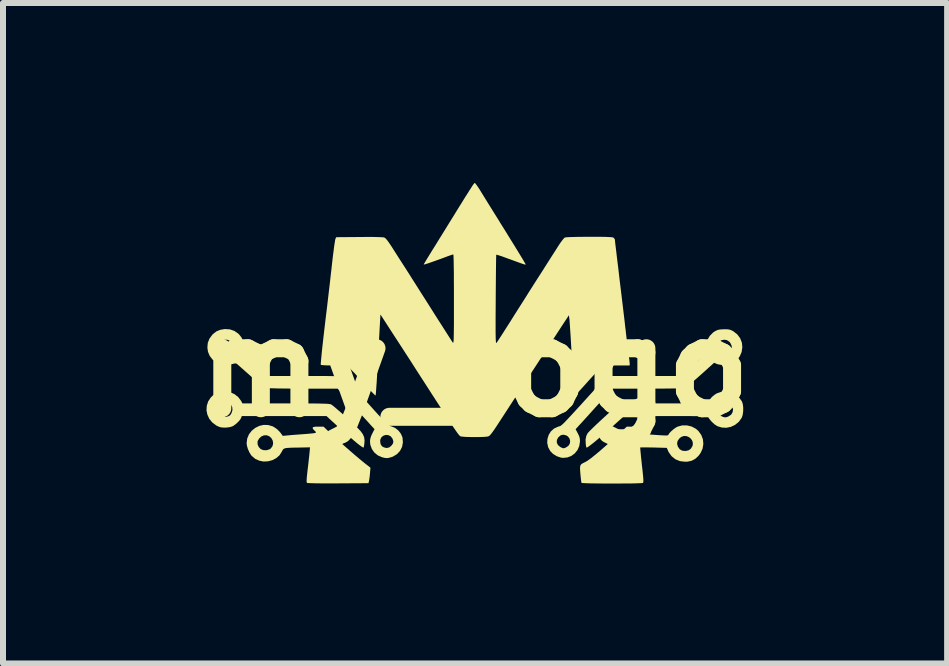
<source format=kicad_pcb>
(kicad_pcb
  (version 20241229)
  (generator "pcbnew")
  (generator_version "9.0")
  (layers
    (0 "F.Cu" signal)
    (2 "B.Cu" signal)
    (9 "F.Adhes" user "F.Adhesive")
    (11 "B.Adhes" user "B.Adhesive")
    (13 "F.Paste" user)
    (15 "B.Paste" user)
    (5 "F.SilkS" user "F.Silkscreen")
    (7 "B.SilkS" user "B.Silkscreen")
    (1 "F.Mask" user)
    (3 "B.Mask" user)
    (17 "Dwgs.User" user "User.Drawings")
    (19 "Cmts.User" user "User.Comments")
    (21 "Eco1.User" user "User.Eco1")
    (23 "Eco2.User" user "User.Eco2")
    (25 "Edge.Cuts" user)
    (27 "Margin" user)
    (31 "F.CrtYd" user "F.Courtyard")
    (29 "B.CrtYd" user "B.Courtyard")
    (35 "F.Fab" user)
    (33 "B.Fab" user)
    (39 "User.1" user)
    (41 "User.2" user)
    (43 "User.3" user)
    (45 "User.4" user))
  (footprint "my_logo"
    (layer "F.Cu")
    (at 4.871 3.079)
    (property "Reference" "my_logo" (at 0 0 0) (layer "F.SilkS") (effects (font (size 1.5 1.5) (thickness 0.3))))
    (attr board_only exclude_from_pos_files exclude_from_bom)
    (fp_poly (pts (xy 4.269 0.413) (xy 4.341 0.447) (xy 4.403 0.499) (xy 4.451 0.566) (xy 4.465 0.61) (xy 4.472 0.667) (xy 4.471 0.73) (xy 4.463 0.789) (xy 4.447 0.837) (xy 4.445 0.84) (xy 4.399 0.904) (xy 4.338 0.954) (xy 4.268 0.988) (xy 4.191 1.004) (xy 4.114 1) (xy 4.04 0.977) (xy 4.035 0.974) (xy 3.994 0.947) (xy 3.951 0.908) (xy 3.913 0.864) (xy 3.892 0.833) (xy 3.889 0.828) (xy 3.884 0.824) (xy 3.877 0.82) (xy 3.864 0.817) (xy 3.845 0.815) (xy 3.817 0.813) (xy 3.778 0.811) (xy 3.728 0.81) (xy 3.663 0.81) (xy 3.583 0.809) (xy 3.485 0.809) (xy 3.368 0.809) (xy 3.23 0.809) (xy 3.182 0.809) (xy 2.485 0.809) (xy 2.248 1.021) (xy 2.163 1.095) (xy 2.086 1.162) (xy 2.017 1.22) (xy 1.958 1.268) (xy 1.911 1.304) (xy 1.878 1.327) (xy 1.86 1.336) (xy 1.859 1.336) (xy 1.855 1.326) (xy 1.849 1.299) (xy 1.846 1.273) (xy 1.843 1.199) (xy 1.856 1.138) (xy 1.879 1.093) (xy 1.894 1.076) (xy 1.923 1.046) (xy 1.964 1.006) (xy 2.014 0.958) (xy 2.07 0.905) (xy 2.13 0.85) (xy 2.19 0.795) (xy 2.247 0.743) (xy 2.3 0.696) (xy 2.309 0.688) (xy 4.048 0.688) (xy 4.049 0.732) (xy 4.066 0.772) (xy 4.099 0.805) (xy 4.117 0.815) (xy 4.153 0.828) (xy 4.18 0.83) (xy 4.212 0.821) (xy 4.224 0.816) (xy 4.27 0.786) (xy 4.295 0.744) (xy 4.302 0.699) (xy 4.291 0.652) (xy 4.262 0.611) (xy 4.221 0.584) (xy 4.175 0.574) (xy 4.126 0.584) (xy 4.087 0.609) (xy 4.061 0.645) (xy 4.048 0.688) (xy 2.309 0.688) (xy 2.344 0.658) (xy 2.376 0.631) (xy 2.418 0.598) (xy 3.153 0.598) (xy 3.889 0.598) (xy 3.896 0.571) (xy 3.915 0.532) (xy 3.95 0.49) (xy 3.996 0.452) (xy 4.034 0.429) (xy 4.112 0.403) (xy 4.191 0.398)) (stroke (width 0) (type solid)) (fill yes) (layer "F.SilkS"))
    (fp_poly (pts (xy -4.081 0.412) (xy -4.011 0.443) (xy -3.95 0.491) (xy -3.902 0.554) (xy -3.897 0.563) (xy -3.879 0.598) (xy -3.156 0.598) (xy -3.004 0.598) (xy -2.874 0.598) (xy -2.764 0.599) (xy -2.672 0.599) (xy -2.597 0.6) (xy -2.537 0.602) (xy -2.49 0.603) (xy -2.455 0.605) (xy -2.43 0.608) (xy -2.412 0.611) (xy -2.401 0.614) (xy -2.399 0.615) (xy -2.379 0.629) (xy -2.345 0.656) (xy -2.3 0.695) (xy -2.246 0.741) (xy -2.188 0.793) (xy -2.127 0.848) (xy -2.066 0.904) (xy -2.01 0.957) (xy -1.96 1.005) (xy -1.957 1.008) (xy -1.904 1.065) (xy -1.869 1.114) (xy -1.849 1.163) (xy -1.842 1.215) (xy -1.846 1.271) (xy -1.851 1.307) (xy -1.858 1.33) (xy -1.862 1.336) (xy -1.874 1.329) (xy -1.9 1.312) (xy -1.933 1.288) (xy -1.934 1.287) (xy -1.972 1.257) (xy -2.023 1.214) (xy -2.084 1.161) (xy -2.153 1.102) (xy -2.225 1.038) (xy -2.297 0.974) (xy -2.365 0.911) (xy -2.378 0.9) (xy -2.476 0.809) (xy -3.183 0.809) (xy -3.89 0.809) (xy -3.898 0.834) (xy -3.915 0.866) (xy -3.947 0.903) (xy -3.986 0.94) (xy -4.026 0.969) (xy -4.037 0.976) (xy -4.082 0.992) (xy -4.137 1) (xy -4.167 1.001) (xy -4.216 1) (xy -4.253 0.993) (xy -4.288 0.979) (xy -4.314 0.966) (xy -4.381 0.916) (xy -4.431 0.855) (xy -4.463 0.785) (xy -4.478 0.712) (xy -4.477 0.702) (xy -4.303 0.702) (xy -4.296 0.744) (xy -4.274 0.78) (xy -4.24 0.808) (xy -4.197 0.823) (xy -4.148 0.823) (xy -4.1 0.807) (xy -4.08 0.789) (xy -4.062 0.762) (xy -4.045 0.71) (xy -4.048 0.663) (xy -4.067 0.623) (xy -4.099 0.593) (xy -4.138 0.575) (xy -4.183 0.573) (xy -4.229 0.589) (xy -4.262 0.614) (xy -4.293 0.658) (xy -4.303 0.702) (xy -4.477 0.702) (xy -4.473 0.637) (xy -4.45 0.565) (xy -4.407 0.5) (xy -4.374 0.467) (xy -4.307 0.425) (xy -4.234 0.402) (xy -4.157 0.398)) (stroke (width 0) (type solid)) (fill yes) (layer "F.SilkS"))
    (fp_poly (pts (xy -3.449 0.958) (xy -3.375 0.98) (xy -3.352 0.992) (xy -3.298 1.03) (xy -3.252 1.077) (xy -3.247 1.083) (xy -3.206 1.139) (xy -3.141 1.133) (xy -3.107 1.13) (xy -3.055 1.125) (xy -2.992 1.12) (xy -2.922 1.115) (xy -2.883 1.112) (xy -2.817 1.107) (xy -2.757 1.102) (xy -2.709 1.097) (xy -2.677 1.093) (xy -2.667 1.09) (xy -2.653 1.084) (xy -2.654 1.074) (xy -2.671 1.057) (xy -2.676 1.052) (xy -2.702 1.024) (xy -2.709 1.005) (xy -2.697 0.992) (xy -2.663 0.986) (xy -2.617 0.985) (xy -2.526 0.985) (xy -2.432 1.076) (xy -2.381 1.124) (xy -2.317 1.182) (xy -2.244 1.248) (xy -2.166 1.317) (xy -2.087 1.386) (xy -2.01 1.453) (xy -1.94 1.512) (xy -1.88 1.562) (xy -1.842 1.593) (xy -1.744 1.67) (xy -1.752 1.767) (xy -1.757 1.817) (xy -1.763 1.861) (xy -1.768 1.892) (xy -1.769 1.896) (xy -1.777 1.928) (xy -2.281 1.931) (xy -2.387 1.931) (xy -2.487 1.931) (xy -2.577 1.931) (xy -2.656 1.93) (xy -2.72 1.928) (xy -2.766 1.927) (xy -2.794 1.925) (xy -2.8 1.924) (xy -2.805 1.917) (xy -2.808 1.902) (xy -2.808 1.877) (xy -2.806 1.838) (xy -2.8 1.782) (xy -2.792 1.707) (xy -2.79 1.692) (xy -2.781 1.617) (xy -2.773 1.545) (xy -2.766 1.481) (xy -2.761 1.43) (xy -2.758 1.401) (xy -2.752 1.33) (xy -2.938 1.334) (xy -3.021 1.335) (xy -3.084 1.337) (xy -3.13 1.34) (xy -3.163 1.345) (xy -3.184 1.352) (xy -3.198 1.362) (xy -3.209 1.376) (xy -3.218 1.395) (xy -3.218 1.395) (xy -3.258 1.46) (xy -3.313 1.509) (xy -3.379 1.544) (xy -3.451 1.563) (xy -3.525 1.567) (xy -3.597 1.553) (xy -3.664 1.523) (xy -3.721 1.475) (xy -3.734 1.46) (xy -3.763 1.413) (xy -3.788 1.357) (xy -3.804 1.301) (xy -3.809 1.261) (xy -3.805 1.232) (xy -3.626 1.232) (xy -3.626 1.279) (xy -3.607 1.324) (xy -3.574 1.359) (xy -3.571 1.361) (xy -3.524 1.378) (xy -3.473 1.378) (xy -3.426 1.363) (xy -3.404 1.347) (xy -3.376 1.307) (xy -3.366 1.262) (xy -3.374 1.217) (xy -3.396 1.177) (xy -3.43 1.146) (xy -3.473 1.129) (xy -3.519 1.13) (xy -3.562 1.148) (xy -3.599 1.182) (xy -3.624 1.224) (xy -3.626 1.232) (xy -3.805 1.232) (xy -3.799 1.183) (xy -3.769 1.112) (xy -3.723 1.053) (xy -3.665 1.006) (xy -3.598 0.973) (xy -3.525 0.956)) (stroke (width 0) (type solid)) (fill yes) (layer "F.SilkS"))
    (fp_poly (pts (xy 3.534 0.964) (xy 3.612 0.983) (xy 3.683 1.021) (xy 3.724 1.057) (xy 3.772 1.123) (xy 3.8 1.197) (xy 3.807 1.275) (xy 3.794 1.352) (xy 3.76 1.426) (xy 3.724 1.474) (xy 3.669 1.524) (xy 3.611 1.554) (xy 3.543 1.569) (xy 3.502 1.57) (xy 3.416 1.56) (xy 3.341 1.529) (xy 3.278 1.479) (xy 3.229 1.41) (xy 3.218 1.386) (xy 3.197 1.339) (xy 2.979 1.333) (xy 2.91 1.332) (xy 2.849 1.331) (xy 2.801 1.331) (xy 2.768 1.331) (xy 2.755 1.332) (xy 2.755 1.332) (xy 2.755 1.345) (xy 2.757 1.377) (xy 2.762 1.427) (xy 2.768 1.49) (xy 2.776 1.563) (xy 2.782 1.625) (xy 2.793 1.717) (xy 2.8 1.789) (xy 2.805 1.842) (xy 2.807 1.88) (xy 2.806 1.904) (xy 2.804 1.918) (xy 2.799 1.924) (xy 2.784 1.926) (xy 2.749 1.928) (xy 2.696 1.93) (xy 2.629 1.932) (xy 2.55 1.933) (xy 2.464 1.933) (xy 2.371 1.934) (xy 2.276 1.934) (xy 2.182 1.934) (xy 2.09 1.933) (xy 2.005 1.932) (xy 1.929 1.931) (xy 1.866 1.929) (xy 1.817 1.927) (xy 1.786 1.925) (xy 1.776 1.923) (xy 1.772 1.907) (xy 1.767 1.873) (xy 1.762 1.826) (xy 1.757 1.775) (xy 1.752 1.712) (xy 1.751 1.668) (xy 1.755 1.638) (xy 1.766 1.617) (xy 1.787 1.601) (xy 1.819 1.584) (xy 1.835 1.577) (xy 1.876 1.553) (xy 1.933 1.512) (xy 2.006 1.454) (xy 2.095 1.379) (xy 2.2 1.287) (xy 2.22 1.27) (xy 3.369 1.27) (xy 3.382 1.318) (xy 3.413 1.362) (xy 3.455 1.386) (xy 3.509 1.391) (xy 3.516 1.39) (xy 3.558 1.381) (xy 3.59 1.36) (xy 3.601 1.349) (xy 3.627 1.306) (xy 3.633 1.263) (xy 3.623 1.222) (xy 3.6 1.187) (xy 3.566 1.159) (xy 3.526 1.143) (xy 3.483 1.141) (xy 3.439 1.156) (xy 3.408 1.181) (xy 3.377 1.225) (xy 3.369 1.27) (xy 2.22 1.27) (xy 2.256 1.237) (xy 2.298 1.2) (xy 2.332 1.169) (xy 2.357 1.146) (xy 2.368 1.136) (xy 2.368 1.136) (xy 2.378 1.126) (xy 2.402 1.104) (xy 2.435 1.074) (xy 2.452 1.057) (xy 2.531 0.985) (xy 2.619 0.985) (xy 2.664 0.985) (xy 2.691 0.988) (xy 2.704 0.993) (xy 2.707 1.004) (xy 2.708 1.008) (xy 2.697 1.032) (xy 2.678 1.045) (xy 2.654 1.062) (xy 2.652 1.079) (xy 2.673 1.092) (xy 2.683 1.094) (xy 2.705 1.097) (xy 2.746 1.101) (xy 2.802 1.106) (xy 2.87 1.112) (xy 2.945 1.118) (xy 2.967 1.12) (xy 3.053 1.126) (xy 3.117 1.13) (xy 3.164 1.132) (xy 3.195 1.132) (xy 3.213 1.13) (xy 3.221 1.126) (xy 3.222 1.124) (xy 3.239 1.096) (xy 3.27 1.063) (xy 3.309 1.029) (xy 3.35 1) (xy 3.378 0.985) (xy 3.455 0.964)) (stroke (width 0) (type solid)) (fill yes) (layer "F.SilkS"))
    (fp_poly (pts (xy 4.206 -0.638) (xy 4.243 -0.633) (xy 4.272 -0.623) (xy 4.304 -0.607) (xy 4.372 -0.554) (xy 4.421 -0.489) (xy 4.45 -0.414) (xy 4.457 -0.34) (xy 4.445 -0.258) (xy 4.412 -0.183) (xy 4.36 -0.12) (xy 4.29 -0.07) (xy 4.285 -0.067) (xy 4.235 -0.051) (xy 4.174 -0.043) (xy 4.109 -0.044) (xy 4.051 -0.054) (xy 4.03 -0.061) (xy 3.987 -0.08) (xy 3.9 -0.002) (xy 3.806 0.083) (xy 3.728 0.152) (xy 3.663 0.209) (xy 3.61 0.254) (xy 3.568 0.288) (xy 3.535 0.312) (xy 3.51 0.329) (xy 3.49 0.339) (xy 3.473 0.344) (xy 3.473 0.344) (xy 3.452 0.346) (xy 3.411 0.347) (xy 3.351 0.348) (xy 3.275 0.349) (xy 3.186 0.35) (xy 3.086 0.351) (xy 2.977 0.351) (xy 2.863 0.352) (xy 2.861 0.352) (xy 2.294 0.352) (xy 2.204 0.448) (xy 2.167 0.489) (xy 2.118 0.542) (xy 2.063 0.603) (xy 2.005 0.666) (xy 1.956 0.721) (xy 1.903 0.78) (xy 1.851 0.837) (xy 1.803 0.89) (xy 1.764 0.933) (xy 1.737 0.962) (xy 1.677 1.028) (xy 1.713 1.096) (xy 1.736 1.143) (xy 1.747 1.184) (xy 1.75 1.231) (xy 1.75 1.231) (xy 1.738 1.307) (xy 1.709 1.375) (xy 1.663 1.431) (xy 1.605 1.474) (xy 1.539 1.499) (xy 1.466 1.506) (xy 1.43 1.501) (xy 1.363 1.478) (xy 1.302 1.441) (xy 1.255 1.394) (xy 1.255 1.394) (xy 1.219 1.327) (xy 1.204 1.257) (xy 1.204 1.25) (xy 1.363 1.25) (xy 1.382 1.291) (xy 1.419 1.323) (xy 1.436 1.332) (xy 1.461 1.343) (xy 1.476 1.346) (xy 1.493 1.342) (xy 1.519 1.331) (xy 1.558 1.304) (xy 1.581 1.266) (xy 1.586 1.224) (xy 1.575 1.182) (xy 1.547 1.147) (xy 1.518 1.13) (xy 1.47 1.119) (xy 1.427 1.13) (xy 1.389 1.163) (xy 1.388 1.164) (xy 1.365 1.207) (xy 1.363 1.25) (xy 1.204 1.25) (xy 1.208 1.187) (xy 1.229 1.121) (xy 1.266 1.062) (xy 1.319 1.016) (xy 1.385 0.986) (xy 1.388 0.985) (xy 1.401 0.981) (xy 1.412 0.978) (xy 1.424 0.973) (xy 1.436 0.965) (xy 1.452 0.952) (xy 1.472 0.934) (xy 1.498 0.908) (xy 1.532 0.872) (xy 1.575 0.826) (xy 1.629 0.768) (xy 1.695 0.696) (xy 1.775 0.609) (xy 1.801 0.58) (xy 1.851 0.525) (xy 1.899 0.472) (xy 1.941 0.426) (xy 1.973 0.39) (xy 1.991 0.369) (xy 2.017 0.34) (xy 2.053 0.3) (xy 2.093 0.256) (xy 2.117 0.231) (xy 2.203 0.141) (xy 2.811 0.141) (xy 3.42 0.141) (xy 3.638 -0.05) (xy 3.857 -0.24) (xy 3.85 -0.3) (xy 3.85 -0.341) (xy 4.025 -0.341) (xy 4.032 -0.296) (xy 4.055 -0.258) (xy 4.09 -0.229) (xy 4.134 -0.214) (xy 4.182 -0.215) (xy 4.227 -0.234) (xy 4.264 -0.268) (xy 4.282 -0.312) (xy 4.28 -0.36) (xy 4.258 -0.409) (xy 4.24 -0.431) (xy 4.201 -0.457) (xy 4.155 -0.465) (xy 4.109 -0.456) (xy 4.067 -0.43) (xy 4.038 -0.39) (xy 4.025 -0.341) (xy 3.85 -0.341) (xy 3.851 -0.381) (xy 3.873 -0.459) (xy 3.914 -0.528) (xy 3.971 -0.586) (xy 4.014 -0.613) (xy 4.047 -0.627) (xy 4.085 -0.635) (xy 4.136 -0.638) (xy 4.155 -0.639)) (stroke (width 0) (type solid)) (fill yes) (layer "F.SilkS"))
    (fp_poly (pts (xy -4.088 -0.637) (xy -4.013 -0.611) (xy -3.947 -0.565) (xy -3.931 -0.548) (xy -3.893 -0.5) (xy -3.87 -0.452) (xy -3.859 -0.396) (xy -3.858 -0.33) (xy -3.86 -0.24) (xy -3.737 -0.135) (xy -3.681 -0.086) (xy -3.62 -0.033) (xy -3.562 0.017) (xy -3.518 0.056) (xy -3.422 0.141) (xy -2.822 0.141) (xy -2.687 0.141) (xy -2.573 0.141) (xy -2.48 0.141) (xy -2.403 0.142) (xy -2.342 0.143) (xy -2.295 0.144) (xy -2.259 0.146) (xy -2.233 0.149) (xy -2.214 0.152) (xy -2.201 0.155) (xy -2.192 0.16) (xy -2.189 0.161) (xy -2.174 0.175) (xy -2.145 0.204) (xy -2.105 0.246) (xy -2.056 0.298) (xy -2 0.358) (xy -1.94 0.424) (xy -1.921 0.445) (xy -1.823 0.554) (xy -1.739 0.647) (xy -1.669 0.725) (xy -1.61 0.79) (xy -1.561 0.842) (xy -1.521 0.883) (xy -1.489 0.916) (xy -1.462 0.94) (xy -1.441 0.957) (xy -1.424 0.969) (xy -1.408 0.977) (xy -1.393 0.982) (xy -1.386 0.984) (xy -1.329 1.009) (xy -1.277 1.051) (xy -1.236 1.104) (xy -1.211 1.162) (xy -1.209 1.168) (xy -1.203 1.248) (xy -1.217 1.324) (xy -1.251 1.39) (xy -1.302 1.444) (xy -1.368 1.484) (xy -1.397 1.494) (xy -1.439 1.506) (xy -1.47 1.51) (xy -1.501 1.507) (xy -1.541 1.498) (xy -1.551 1.495) (xy -1.62 1.465) (xy -1.678 1.418) (xy -1.721 1.357) (xy -1.746 1.287) (xy -1.751 1.236) (xy -1.751 1.227) (xy -1.582 1.227) (xy -1.575 1.277) (xy -1.552 1.312) (xy -1.52 1.331) (xy -1.473 1.342) (xy -1.43 1.331) (xy -1.392 1.3) (xy -1.367 1.264) (xy -1.362 1.229) (xy -1.376 1.187) (xy -1.378 1.182) (xy -1.407 1.146) (xy -1.445 1.127) (xy -1.487 1.123) (xy -1.526 1.135) (xy -1.559 1.16) (xy -1.579 1.198) (xy -1.582 1.227) (xy -1.751 1.227) (xy -1.747 1.189) (xy -1.733 1.142) (xy -1.714 1.101) (xy -1.676 1.027) (xy -1.709 0.991) (xy -1.729 0.97) (xy -1.76 0.935) (xy -1.8 0.891) (xy -1.845 0.842) (xy -1.865 0.82) (xy -1.915 0.765) (xy -1.976 0.698) (xy -2.04 0.627) (xy -2.103 0.557) (xy -2.138 0.519) (xy -2.29 0.352) (xy -2.806 0.352) (xy -2.918 0.351) (xy -3.026 0.351) (xy -3.127 0.35) (xy -3.219 0.349) (xy -3.297 0.348) (xy -3.36 0.346) (xy -3.404 0.345) (xy -3.419 0.344) (xy -3.442 0.343) (xy -3.461 0.342) (xy -3.478 0.34) (xy -3.494 0.336) (xy -3.512 0.328) (xy -3.533 0.316) (xy -3.559 0.297) (xy -3.591 0.272) (xy -3.632 0.238) (xy -3.682 0.194) (xy -3.744 0.139) (xy -3.82 0.072) (xy -3.91 -0.008) (xy -3.959 -0.051) (xy -3.974 -0.063) (xy -3.988 -0.069) (xy -4.009 -0.068) (xy -4.042 -0.06) (xy -4.066 -0.054) (xy -4.143 -0.04) (xy -4.212 -0.044) (xy -4.278 -0.066) (xy -4.312 -0.084) (xy -4.377 -0.133) (xy -4.424 -0.194) (xy -4.453 -0.263) (xy -4.461 -0.319) (xy -4.286 -0.319) (xy -4.267 -0.27) (xy -4.234 -0.234) (xy -4.189 -0.214) (xy -4.139 -0.213) (xy -4.091 -0.231) (xy -4.054 -0.264) (xy -4.036 -0.306) (xy -4.033 -0.352) (xy -4.046 -0.396) (xy -4.074 -0.434) (xy -4.114 -0.459) (xy -4.134 -0.464) (xy -4.185 -0.463) (xy -4.231 -0.444) (xy -4.265 -0.409) (xy -4.285 -0.365) (xy -4.286 -0.319) (xy -4.461 -0.319) (xy -4.463 -0.337) (xy -4.456 -0.412) (xy -4.428 -0.483) (xy -4.381 -0.547) (xy -4.37 -0.558) (xy -4.313 -0.603) (xy -4.25 -0.629) (xy -4.174 -0.642) (xy -4.172 -0.642)) (stroke (width 0) (type solid)) (fill yes) (layer "F.SilkS"))
    (fp_poly (pts (xy 0.004 -3.071) (xy 0.024 -3.046) (xy 0.05 -3.009) (xy 0.081 -2.962) (xy 0.087 -2.951) (xy 0.112 -2.911) (xy 0.147 -2.854) (xy 0.191 -2.783) (xy 0.241 -2.702) (xy 0.296 -2.614) (xy 0.354 -2.521) (xy 0.412 -2.428) (xy 0.416 -2.42) (xy 0.509 -2.272) (xy 0.589 -2.142) (xy 0.658 -2.031) (xy 0.715 -1.938) (xy 0.761 -1.862) (xy 0.797 -1.803) (xy 0.822 -1.76) (xy 0.838 -1.733) (xy 0.844 -1.72) (xy 0.844 -1.72) (xy 0.842 -1.717) (xy 0.833 -1.718) (xy 0.816 -1.722) (xy 0.788 -1.731) (xy 0.746 -1.746) (xy 0.688 -1.767) (xy 0.612 -1.795) (xy 0.57 -1.81) (xy 0.504 -1.834) (xy 0.447 -1.855) (xy 0.4 -1.87) (xy 0.368 -1.88) (xy 0.355 -1.882) (xy 0.355 -1.882) (xy 0.353 -1.87) (xy 0.352 -1.836) (xy 0.351 -1.783) (xy 0.35 -1.712) (xy 0.349 -1.625) (xy 0.348 -1.526) (xy 0.347 -1.414) (xy 0.346 -1.294) (xy 0.345 -1.166) (xy 0.345 -1.135) (xy 0.344 -0.983) (xy 0.343 -0.853) (xy 0.343 -0.744) (xy 0.343 -0.653) (xy 0.343 -0.579) (xy 0.344 -0.521) (xy 0.345 -0.477) (xy 0.347 -0.445) (xy 0.349 -0.425) (xy 0.351 -0.413) (xy 0.354 -0.41) (xy 0.357 -0.411) (xy 0.363 -0.418) (xy 0.374 -0.434) (xy 0.39 -0.459) (xy 0.413 -0.494) (xy 0.443 -0.54) (xy 0.481 -0.599) (xy 0.527 -0.672) (xy 0.583 -0.759) (xy 0.648 -0.863) (xy 0.724 -0.983) (xy 0.812 -1.121) (xy 0.87 -1.213) (xy 0.897 -1.257) (xy 0.935 -1.316) (xy 0.98 -1.387) (xy 1.031 -1.467) (xy 1.085 -1.551) (xy 1.139 -1.635) (xy 1.15 -1.653) (xy 1.202 -1.735) (xy 1.253 -1.815) (xy 1.301 -1.89) (xy 1.344 -1.957) (xy 1.379 -2.012) (xy 1.404 -2.051) (xy 1.409 -2.059) (xy 1.439 -2.102) (xy 1.467 -2.138) (xy 1.489 -2.162) (xy 1.498 -2.168) (xy 1.518 -2.172) (xy 1.561 -2.175) (xy 1.626 -2.177) (xy 1.711 -2.179) (xy 1.815 -2.18) (xy 1.91 -2.18) (xy 2.017 -2.18) (xy 2.103 -2.18) (xy 2.17 -2.179) (xy 2.221 -2.177) (xy 2.259 -2.175) (xy 2.284 -2.173) (xy 2.301 -2.169) (xy 2.311 -2.164) (xy 2.314 -2.162) (xy 2.329 -2.141) (xy 2.333 -2.13) (xy 2.333 -2.125) (xy 2.333 -2.118) (xy 2.334 -2.107) (xy 2.336 -2.09) (xy 2.339 -2.064) (xy 2.343 -2.029) (xy 2.349 -1.982) (xy 2.356 -1.922) (xy 2.365 -1.846) (xy 2.376 -1.754) (xy 2.39 -1.643) (xy 2.405 -1.511) (xy 2.414 -1.436) (xy 2.429 -1.316) (xy 2.445 -1.182) (xy 2.462 -1.04) (xy 2.479 -0.898) (xy 2.495 -0.764) (xy 2.508 -0.646) (xy 2.509 -0.645) (xy 2.52 -0.547) (xy 2.531 -0.454) (xy 2.542 -0.368) (xy 2.551 -0.293) (xy 2.559 -0.232) (xy 2.564 -0.189) (xy 2.567 -0.174) (xy 2.573 -0.128) (xy 2.577 -0.089) (xy 2.579 -0.065) (xy 2.579 -0.035) (xy 2.351 -0.035) (xy 2.123 -0.035) (xy 1.979 0.125) (xy 1.895 0.218) (xy 1.826 0.295) (xy 1.771 0.356) (xy 1.728 0.402) (xy 1.697 0.435) (xy 1.676 0.456) (xy 1.666 0.466) (xy 1.664 0.466) (xy 1.661 0.465) (xy 1.658 0.457) (xy 1.655 0.441) (xy 1.652 0.416) (xy 1.648 0.379) (xy 1.644 0.329) (xy 1.64 0.264) (xy 1.634 0.183) (xy 1.628 0.084) (xy 1.622 -0.035) (xy 1.614 -0.175) (xy 1.611 -0.217) (xy 1.605 -0.329) (xy 1.599 -0.436) (xy 1.593 -0.535) (xy 1.587 -0.623) (xy 1.582 -0.698) (xy 1.578 -0.757) (xy 1.575 -0.797) (xy 1.573 -0.814) (xy 1.565 -0.872) (xy 1.431 -0.668) (xy 1.257 -0.401) (xy 1.088 -0.142) (xy 0.926 0.106) (xy 0.773 0.341) (xy 0.629 0.562) (xy 0.496 0.767) (xy 0.401 0.913) (xy 0.352 0.988) (xy 0.313 1.045) (xy 0.283 1.087) (xy 0.26 1.116) (xy 0.242 1.135) (xy 0.226 1.145) (xy 0.22 1.148) (xy 0.195 1.152) (xy 0.151 1.156) (xy 0.095 1.158) (xy 0.03 1.159) (xy -0.037 1.159) (xy -0.102 1.158) (xy -0.161 1.156) (xy -0.207 1.152) (xy -0.238 1.148) (xy -0.244 1.146) (xy -0.252 1.14) (xy -0.264 1.128) (xy -0.28 1.109) (xy -0.3 1.082) (xy -0.326 1.045) (xy -0.359 0.997) (xy -0.399 0.937) (xy -0.447 0.863) (xy -0.505 0.775) (xy -0.573 0.669) (xy -0.652 0.547) (xy -0.714 0.451) (xy -0.775 0.356) (xy -0.846 0.246) (xy -0.923 0.127) (xy -1.002 0.004) (xy -1.08 -0.118) (xy -1.154 -0.232) (xy -1.201 -0.305) (xy -1.26 -0.396) (xy -1.318 -0.485) (xy -1.372 -0.568) (xy -1.42 -0.642) (xy -1.461 -0.706) (xy -1.494 -0.757) (xy -1.516 -0.791) (xy -1.52 -0.797) (xy -1.577 -0.885) (xy -1.585 -0.756) (xy -1.587 -0.711) (xy -1.591 -0.646) (xy -1.595 -0.567) (xy -1.6 -0.478) (xy -1.605 -0.382) (xy -1.61 -0.284) (xy -1.611 -0.264) (xy -1.617 -0.154) (xy -1.623 -0.045) (xy -1.629 0.059) (xy -1.635 0.157) (xy -1.64 0.246) (xy -1.646 0.323) (xy -1.65 0.386) (xy -1.654 0.433) (xy -1.657 0.46) (xy -1.659 0.466) (xy -1.668 0.46) (xy -1.691 0.438) (xy -1.727 0.401) (xy -1.773 0.351) (xy -1.83 0.291) (xy -1.893 0.221) (xy -1.962 0.145) (xy -2.01 0.092) (xy -2.055 0.046) (xy -2.092 0.008) (xy -2.121 -0.017) (xy -2.137 -0.028) (xy -2.137 -0.028) (xy -2.157 -0.03) (xy -2.196 -0.032) (xy -2.249 -0.034) (xy -2.313 -0.035) (xy -2.364 -0.035) (xy -2.43 -0.036) (xy -2.488 -0.037) (xy -2.534 -0.04) (xy -2.563 -0.043) (xy -2.572 -0.046) (xy -2.573 -0.06) (xy -2.57 -0.096) (xy -2.565 -0.151) (xy -2.558 -0.225) (xy -2.549 -0.315) (xy -2.537 -0.42) (xy -2.524 -0.537) (xy -2.509 -0.665) (xy -2.493 -0.803) (xy -2.475 -0.949) (xy -2.467 -1.014) (xy -2.459 -1.083) (xy -2.449 -1.17) (xy -2.437 -1.272) (xy -2.424 -1.382) (xy -2.411 -1.497) (xy -2.398 -1.611) (xy -2.39 -1.682) (xy -2.379 -1.781) (xy -2.368 -1.874) (xy -2.357 -1.958) (xy -2.348 -2.03) (xy -2.339 -2.087) (xy -2.333 -2.126) (xy -2.328 -2.145) (xy -2.328 -2.145) (xy -2.315 -2.174) (xy -1.928 -2.177) (xy -1.804 -2.178) (xy -1.702 -2.178) (xy -1.622 -2.176) (xy -1.564 -2.174) (xy -1.526 -2.171) (xy -1.51 -2.167) (xy -1.492 -2.154) (xy -1.467 -2.126) (xy -1.434 -2.081) (xy -1.392 -2.018) (xy -1.358 -1.965) (xy -1.313 -1.894) (xy -1.265 -1.819) (xy -1.218 -1.746) (xy -1.177 -1.682) (xy -1.154 -1.647) (xy -1.132 -1.612) (xy -1.098 -1.559) (xy -1.056 -1.492) (xy -1.005 -1.412) (xy -0.948 -1.322) (xy -0.886 -1.224) (xy -0.82 -1.121) (xy -0.753 -1.015) (xy -0.732 -0.982) (xy -0.668 -0.88) (xy -0.606 -0.783) (xy -0.549 -0.694) (xy -0.498 -0.614) (xy -0.454 -0.545) (xy -0.418 -0.489) (xy -0.392 -0.448) (xy -0.376 -0.424) (xy -0.373 -0.419) (xy -0.369 -0.415) (xy -0.365 -0.414) (xy -0.362 -0.418) (xy -0.36 -0.429) (xy -0.357 -0.449) (xy -0.356 -0.478) (xy -0.355 -0.52) (xy -0.354 -0.575) (xy -0.353 -0.644) (xy -0.352 -0.73) (xy -0.352 -0.835) (xy -0.352 -0.959) (xy -0.352 -1.105) (xy -0.352 -1.14) (xy -0.352 -1.308) (xy -0.353 -1.455) (xy -0.353 -1.582) (xy -0.355 -1.687) (xy -0.356 -1.771) (xy -0.358 -1.832) (xy -0.36 -1.871) (xy -0.363 -1.887) (xy -0.363 -1.887) (xy -0.378 -1.883) (xy -0.41 -1.872) (xy -0.454 -1.857) (xy -0.495 -1.841) (xy -0.574 -1.812) (xy -0.649 -1.785) (xy -0.716 -1.761) (xy -0.774 -1.741) (xy -0.818 -1.727) (xy -0.846 -1.719) (xy -0.856 -1.719) (xy -0.85 -1.73) (xy -0.833 -1.759) (xy -0.808 -1.801) (xy -0.775 -1.855) (xy -0.737 -1.917) (xy -0.713 -1.956) (xy -0.669 -2.026) (xy -0.616 -2.112) (xy -0.557 -2.207) (xy -0.495 -2.307) (xy -0.433 -2.408) (xy -0.374 -2.503) (xy -0.363 -2.52) (xy -0.289 -2.641) (xy -0.225 -2.743) (xy -0.173 -2.828) (xy -0.129 -2.897) (xy -0.094 -2.953) (xy -0.066 -2.996) (xy -0.045 -3.029) (xy -0.03 -3.051) (xy -0.018 -3.066) (xy -0.011 -3.075) (xy -0.006 -3.079) (xy -0.006 -3.079)) (stroke (width 0) (type solid)) (fill yes) (layer "F.SilkS")))
  (gr_rect
    (start -3 -3)
    (end 12.743 8.013)
    (stroke (width 0.1) (type default))
    (fill no)
    (layer "Edge.Cuts")))
</source>
